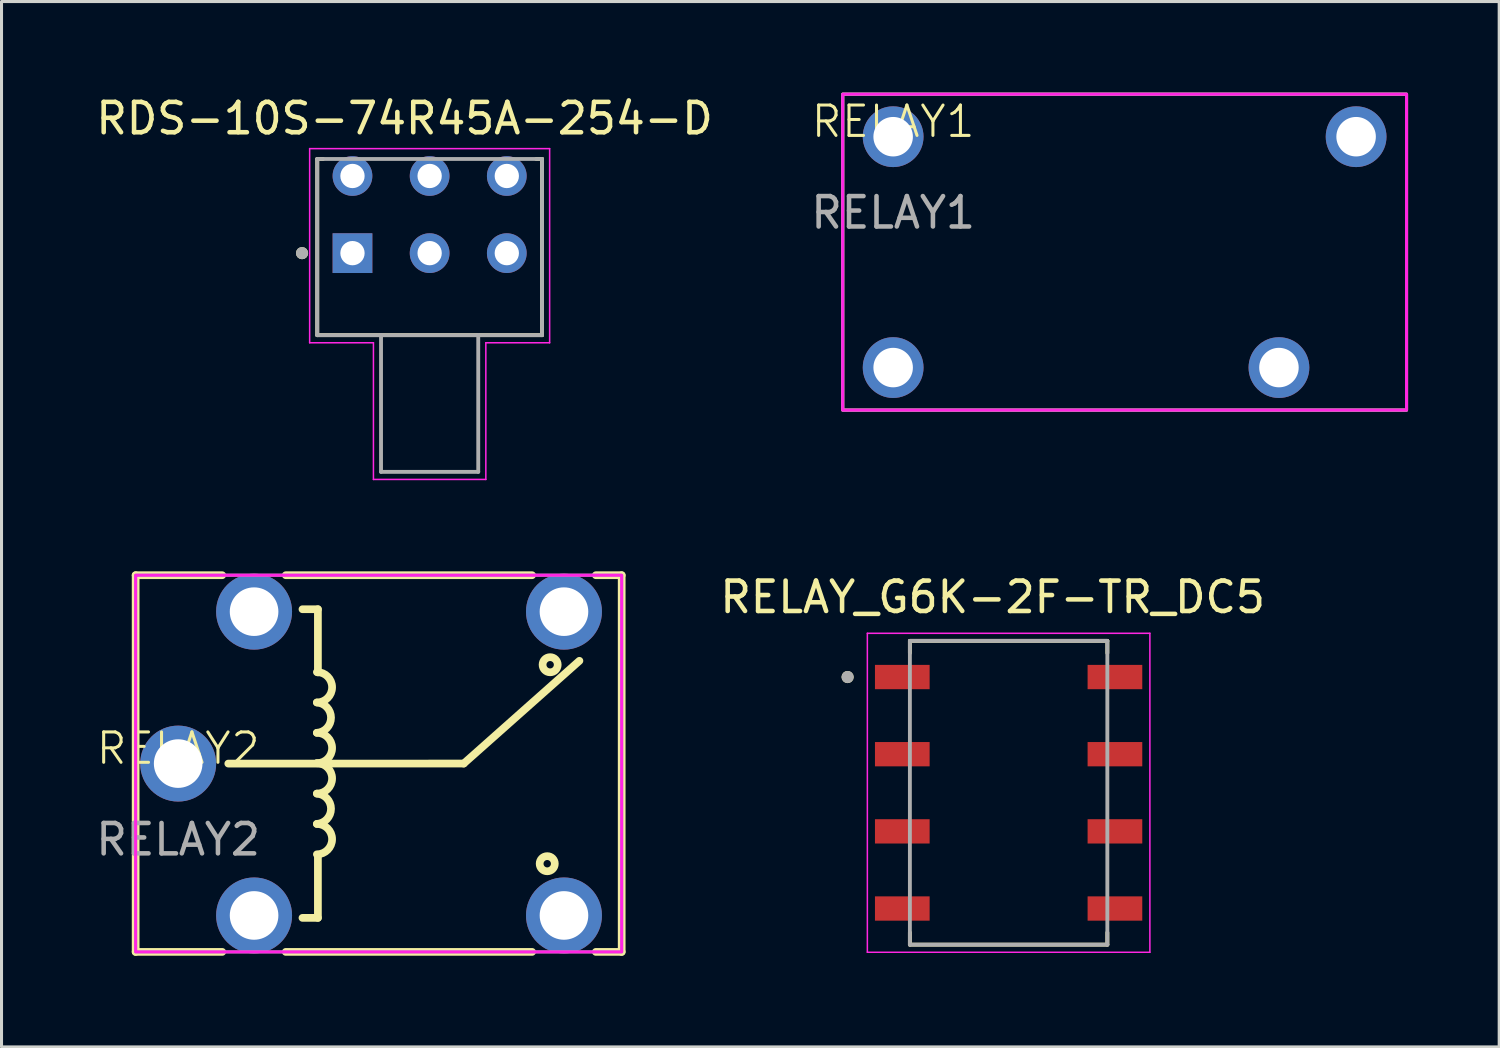
<source format=kicad_pcb>
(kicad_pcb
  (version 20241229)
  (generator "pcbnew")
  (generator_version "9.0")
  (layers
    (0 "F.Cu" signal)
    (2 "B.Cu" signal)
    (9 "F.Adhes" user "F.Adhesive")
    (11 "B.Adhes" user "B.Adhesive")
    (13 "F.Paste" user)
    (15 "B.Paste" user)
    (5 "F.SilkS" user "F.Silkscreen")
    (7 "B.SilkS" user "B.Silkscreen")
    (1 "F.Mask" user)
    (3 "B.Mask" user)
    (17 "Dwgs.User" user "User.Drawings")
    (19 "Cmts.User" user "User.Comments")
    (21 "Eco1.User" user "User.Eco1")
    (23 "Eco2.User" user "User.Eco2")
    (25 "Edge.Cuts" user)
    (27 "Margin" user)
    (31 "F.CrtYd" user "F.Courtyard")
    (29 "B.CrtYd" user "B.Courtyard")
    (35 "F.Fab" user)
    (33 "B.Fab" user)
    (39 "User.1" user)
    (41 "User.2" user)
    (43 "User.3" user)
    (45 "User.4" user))
  (footprint "RELAY2"
    (layer "F.Cu")
    (at 2.815 22.086)
    (property "Reference" "RELAY2" (at 0 -0.5 0) (unlocked yes) (layer "F.SilkS") (effects (font (size 1 1) (thickness 0.1))))
    (attr through_hole)
    (fp_line (start -1.4 -6.201) (end 1.45 -6.201) (stroke (width 0.254) (type solid)) (layer "F.SilkS"))
    (fp_line (start -1.4 6.199) (end -1.4 -6.201) (stroke (width 0.254) (type solid)) (layer "F.SilkS"))
    (fp_line (start -1.4 6.199) (end 1.45 6.199) (stroke (width 0.254) (type solid)) (layer "F.SilkS"))
    (fp_line (start 1.65 0) (end 9.4 -0.001) (stroke (width 0.254) (type solid)) (layer "F.SilkS"))
    (fp_line (start 3.543 -6.201) (end 11.65 -6.201) (stroke (width 0.254) (type solid)) (layer "F.SilkS"))
    (fp_line (start 3.543 6.199) (end 11.65 6.199) (stroke (width 0.254) (type solid)) (layer "F.SilkS"))
    (fp_line (start 4.092 -5.081) (end 4.6 -5.081) (stroke (width 0.254) (type solid)) (layer "F.SilkS"))
    (fp_line (start 4.092 5.079) (end 4.6 5.079) (stroke (width 0.254) (type solid)) (layer "F.SilkS"))
    (fp_line (start 4.6 -5.081) (end 4.6 -3) (stroke (width 0.254) (type solid)) (layer "F.SilkS"))
    (fp_line (start 4.6 5.079) (end 4.6 3) (stroke (width 0.254) (type solid)) (layer "F.SilkS"))
    (fp_line (start 9.4 -0.001) (end 13.208 -3.383) (stroke (width 0.254) (type solid)) (layer "F.SilkS"))
    (fp_line (start 13.75 -6.201) (end 14.6 -6.201) (stroke (width 0.254) (type solid)) (layer "F.SilkS"))
    (fp_line (start 13.75 6.199) (end 14.6 6.199) (stroke (width 0.254) (type solid)) (layer "F.SilkS"))
    (fp_line (start 14.6 6.199) (end 14.6 -6.201) (stroke (width 0.254) (type solid)) (layer "F.SilkS"))
    (fp_arc (start 4.567 -3.012) (mid 5.067 -2.512) (end 4.567 -2.012) (stroke (width 0.254) (type solid)) (layer "F.SilkS"))
    (fp_arc (start 4.567 -2.011) (mid 5.031297 -1.511621) (end 4.566244 -1.012946) (stroke (width 0.254) (type solid)) (layer "F.SilkS"))
    (fp_arc (start 4.567 -1.013) (mid 5.067 -0.513) (end 4.567 -0.013) (stroke (width 0.254) (type solid)) (layer "F.SilkS"))
    (fp_arc (start 4.567 -0.012) (mid 5.067 0.488) (end 4.567 0.988) (stroke (width 0.254) (type solid)) (layer "F.SilkS"))
    (fp_arc (start 4.567 0.988) (mid 5.031297 1.487379) (end 4.566244 1.986054) (stroke (width 0.254) (type solid)) (layer "F.SilkS"))
    (fp_arc (start 4.567 1.987) (mid 5.067 2.487) (end 4.567 2.987) (stroke (width 0.254) (type solid)) (layer "F.SilkS"))
    (fp_circle (center 12.149 3.296) (end 12.398 3.296) (stroke (width 0.254) (type solid)) (fill no) (layer "F.SilkS"))
    (fp_circle (center 12.245 -3.254) (end 12.494 -3.254) (stroke (width 0.254) (type solid)) (fill no) (layer "F.SilkS"))
    (fp_rect (start -1.4 -6.201) (end 14.6 6.199) (stroke (width 0.1) (type default)) (fill no) (layer "F.CrtYd"))
    (fp_rect (start -1.4 -6.201) (end 14.6 6.199) (stroke (width 0.1) (type default)) (fill no) (layer "F.Fab"))
    (fp_text user "${REFERENCE}" (at 0 2.5 0) (unlocked yes) (layer "F.Fab") (effects (font (size 1 1) (thickness 0.15))))
    (pad "1" thru_hole circle (at 12.7 4.999) (size 2.5 2.5) (drill 1.6) (layers "*.Cu" "*.Mask"))
    (pad "2" thru_hole circle (at 12.7 -5.001) (size 2.5 2.5) (drill 1.6) (layers "*.Cu" "*.Mask"))
    (pad "3" thru_hole circle (at 2.499 -5.001) (size 2.5 2.5) (drill 1.6) (layers "*.Cu" "*.Mask"))
    (pad "4" thru_hole circle (at 2.499 4.999) (size 2.5 2.5) (drill 1.6) (layers "*.Cu" "*.Mask"))
    (pad "5" thru_hole circle (at 0 0) (size 2.5 2.5) (drill 1.6) (layers "*.Cu" "*.Mask")))
  (footprint "RELAY_G6K-2F-TR_DC5"
    (layer "F.Cu")
    (at 30.152 23.047)
    (property "Reference" "RELAY_G6K-2F-TR_DC5" (at -0.525 -6.44 0) (layer "F.SilkS") (effects (font (size 1.001 1.001) (thickness 0.15))))
    (attr smd)
    (fp_line (start -3.25 -5) (end -3.25 -4.6) (stroke (width 0.127) (type solid)) (layer "F.SilkS"))
    (fp_line (start -3.25 -5) (end 3.25 -5) (stroke (width 0.127) (type solid)) (layer "F.SilkS"))
    (fp_line (start -3.25 5) (end -3.25 4.6) (stroke (width 0.127) (type solid)) (layer "F.SilkS"))
    (fp_line (start 3.25 -5) (end 3.25 -4.6) (stroke (width 0.127) (type solid)) (layer "F.SilkS"))
    (fp_line (start 3.25 5) (end -3.25 5) (stroke (width 0.127) (type solid)) (layer "F.SilkS"))
    (fp_line (start 3.25 5) (end 3.25 4.6) (stroke (width 0.127) (type solid)) (layer "F.SilkS"))
    (fp_circle (center -5.3 -3.81) (end -5.2 -3.81) (stroke (width 0.2) (type solid)) (fill no) (layer "F.SilkS"))
    (fp_line (start -4.65 -5.25) (end 4.65 -5.25) (stroke (width 0.05) (type solid)) (layer "F.CrtYd"))
    (fp_line (start -4.65 5.25) (end -4.65 -5.25) (stroke (width 0.05) (type solid)) (layer "F.CrtYd"))
    (fp_line (start 4.65 -5.25) (end 4.65 5.25) (stroke (width 0.05) (type solid)) (layer "F.CrtYd"))
    (fp_line (start 4.65 5.25) (end -4.65 5.25) (stroke (width 0.05) (type solid)) (layer "F.CrtYd"))
    (fp_line (start -3.25 -5) (end 3.25 -5) (stroke (width 0.127) (type solid)) (layer "F.Fab"))
    (fp_line (start -3.25 5) (end -3.25 -5) (stroke (width 0.127) (type solid)) (layer "F.Fab"))
    (fp_line (start 3.25 -5) (end 3.25 5) (stroke (width 0.127) (type solid)) (layer "F.Fab"))
    (fp_line (start 3.25 5) (end -3.25 5) (stroke (width 0.127) (type solid)) (layer "F.Fab"))
    (fp_circle (center -5.3 -3.81) (end -5.2 -3.81) (stroke (width 0.2) (type solid)) (fill no) (layer "F.Fab"))
    (pad "1" smd rect (at -3.5 -3.81) (size 1.8 0.8) (layers "F.Cu" "F.Mask" "F.Paste"))
    (pad "2" smd rect (at -3.5 -1.27) (size 1.8 0.8) (layers "F.Cu" "F.Mask" "F.Paste"))
    (pad "3" smd rect (at -3.5 1.27) (size 1.8 0.8) (layers "F.Cu" "F.Mask" "F.Paste"))
    (pad "4" smd rect (at -3.5 3.81) (size 1.8 0.8) (layers "F.Cu" "F.Mask" "F.Paste"))
    (pad "5" smd rect (at 3.5 3.81) (size 1.8 0.8) (layers "F.Cu" "F.Mask" "F.Paste"))
    (pad "6" smd rect (at 3.5 1.27) (size 1.8 0.8) (layers "F.Cu" "F.Mask" "F.Paste"))
    (pad "7" smd rect (at 3.5 -1.27) (size 1.8 0.8) (layers "F.Cu" "F.Mask" "F.Paste"))
    (pad "8" smd rect (at 3.5 -3.81) (size 1.8 0.8) (layers "F.Cu" "F.Mask" "F.Paste")))
  (footprint "RELAY1"
    (layer "F.Cu")
    (at 26.351 1.45)
    (property "Reference" "RELAY1" (at 0 -0.5 0) (unlocked yes) (layer "F.SilkS") (effects (font (size 1 1) (thickness 0.1))))
    (attr through_hole)
    (fp_rect (start -1.66 -1.4) (end 16.9 9) (stroke (width 0.1) (type default)) (fill no) (layer "F.SilkS"))
    (fp_rect (start -1.66 -1.4) (end 16.9 9) (stroke (width 0.1) (type default)) (fill no) (layer "F.CrtYd"))
    (fp_rect (start -1.66 -1.4) (end 16.9 9) (stroke (width 0.1) (type default)) (fill no) (layer "F.Fab"))
    (fp_text user "${REFERENCE}" (at 0 2.5 0) (unlocked yes) (layer "F.Fab") (effects (font (size 1 1) (thickness 0.15))))
    (pad "1" thru_hole circle (at 0 0) (size 2 2) (drill 1.3) (layers "*.Cu" "*.Mask"))
    (pad "2" thru_hole circle (at 0 7.6) (size 2 2) (drill 1.3) (layers "*.Cu" "*.Mask"))
    (pad "3" thru_hole circle (at 15.24 0) (size 2 2) (drill 1.3) (layers "*.Cu" "*.Mask"))
    (pad "4" thru_hole circle (at 12.7 7.6) (size 2 2) (drill 1.3) (layers "*.Cu" "*.Mask")))
  (footprint "RDS-10S-74R45A-254-D"
    (layer "F.Cu")
    (at 11.093 5.083)
    (property "Reference" "RDS-10S-74R45A-254-D" (at -0.825 -4.235 0) (layer "F.SilkS") (effects (font (size 1 1) (thickness 0.15))))
    (attr through_hole)
    (fp_line (start -3.7 -2.9) (end -3.7 2.9) (stroke (width 0.127) (type solid)) (layer "F.SilkS"))
    (fp_line (start -3.7 -2.9) (end -3.51 -2.9) (stroke (width 0.127) (type solid)) (layer "F.SilkS"))
    (fp_line (start -3.7 2.9) (end 3.7 2.9) (stroke (width 0.127) (type solid)) (layer "F.SilkS"))
    (fp_line (start 3.7 -2.9) (end 3.51 -2.9) (stroke (width 0.127) (type solid)) (layer "F.SilkS"))
    (fp_line (start 3.7 2.9) (end 3.7 -2.9) (stroke (width 0.127) (type solid)) (layer "F.SilkS"))
    (fp_circle (center -4.2 0.2) (end -4.1 0.2) (stroke (width 0.2) (type solid)) (fill no) (layer "F.SilkS"))
    (fp_line (start -3.95 -3.24) (end -3.95 3.15) (stroke (width 0.05) (type solid)) (layer "F.CrtYd"))
    (fp_line (start -3.95 3.15) (end -1.85 3.15) (stroke (width 0.05) (type solid)) (layer "F.CrtYd"))
    (fp_line (start -1.85 3.15) (end -1.85 7.65) (stroke (width 0.05) (type solid)) (layer "F.CrtYd"))
    (fp_line (start -1.85 7.65) (end 1.85 7.65) (stroke (width 0.05) (type solid)) (layer "F.CrtYd"))
    (fp_line (start 1.85 3.15) (end 3.95 3.15) (stroke (width 0.05) (type solid)) (layer "F.CrtYd"))
    (fp_line (start 1.85 7.65) (end 1.85 3.15) (stroke (width 0.05) (type solid)) (layer "F.CrtYd"))
    (fp_line (start 3.95 -3.24) (end -3.95 -3.24) (stroke (width 0.05) (type solid)) (layer "F.CrtYd"))
    (fp_line (start 3.95 3.15) (end 3.95 -3.24) (stroke (width 0.05) (type solid)) (layer "F.CrtYd"))
    (fp_line (start -3.7 -2.9) (end -3.7 2.9) (stroke (width 0.127) (type solid)) (layer "F.Fab"))
    (fp_line (start -3.7 2.9) (end -1.6 2.9) (stroke (width 0.127) (type solid)) (layer "F.Fab"))
    (fp_line (start -1.6 2.9) (end -1.6 7.4) (stroke (width 0.127) (type solid)) (layer "F.Fab"))
    (fp_line (start -1.6 2.9) (end 1.6 2.9) (stroke (width 0.127) (type solid)) (layer "F.Fab"))
    (fp_line (start -1.6 7.4) (end 1.6 7.4) (stroke (width 0.127) (type solid)) (layer "F.Fab"))
    (fp_line (start 1.6 2.9) (end 3.7 2.9) (stroke (width 0.127) (type solid)) (layer "F.Fab"))
    (fp_line (start 1.6 7.4) (end 1.6 2.9) (stroke (width 0.127) (type solid)) (layer "F.Fab"))
    (fp_line (start 3.7 -2.9) (end -3.7 -2.9) (stroke (width 0.127) (type solid)) (layer "F.Fab"))
    (fp_line (start 3.7 2.9) (end 3.7 -2.9) (stroke (width 0.127) (type solid)) (layer "F.Fab"))
    (fp_circle (center -4.2 0.2) (end -4.1 0.2) (stroke (width 0.2) (type solid)) (fill no) (layer "F.Fab"))
    (pad "1" thru_hole rect (at -2.54 0.2) (size 1.308 1.308) (drill 0.8) (layers "*.Cu" "*.Mask"))
    (pad "2" thru_hole circle (at 2.54 -2.34) (size 1.308 1.308) (drill 0.8) (layers "*.Cu" "*.Mask"))
    (pad "4" thru_hole circle (at 2.54 0.2) (size 1.308 1.308) (drill 0.8) (layers "*.Cu" "*.Mask"))
    (pad "8" thru_hole circle (at -2.54 -2.34) (size 1.308 1.308) (drill 0.8) (layers "*.Cu" "*.Mask"))
    (pad "C_1" thru_hole circle (at 0 0.2) (size 1.308 1.308) (drill 0.8) (layers "*.Cu" "*.Mask"))
    (pad "C_2" thru_hole circle (at 0 -2.34) (size 1.308 1.308) (drill 0.8) (layers "*.Cu" "*.Mask")))
  (gr_rect
    (start -3 -3)
    (end 46.301 31.412)
    (stroke (width 0.1) (type default))
    (fill no)
    (layer "Edge.Cuts")))
</source>
